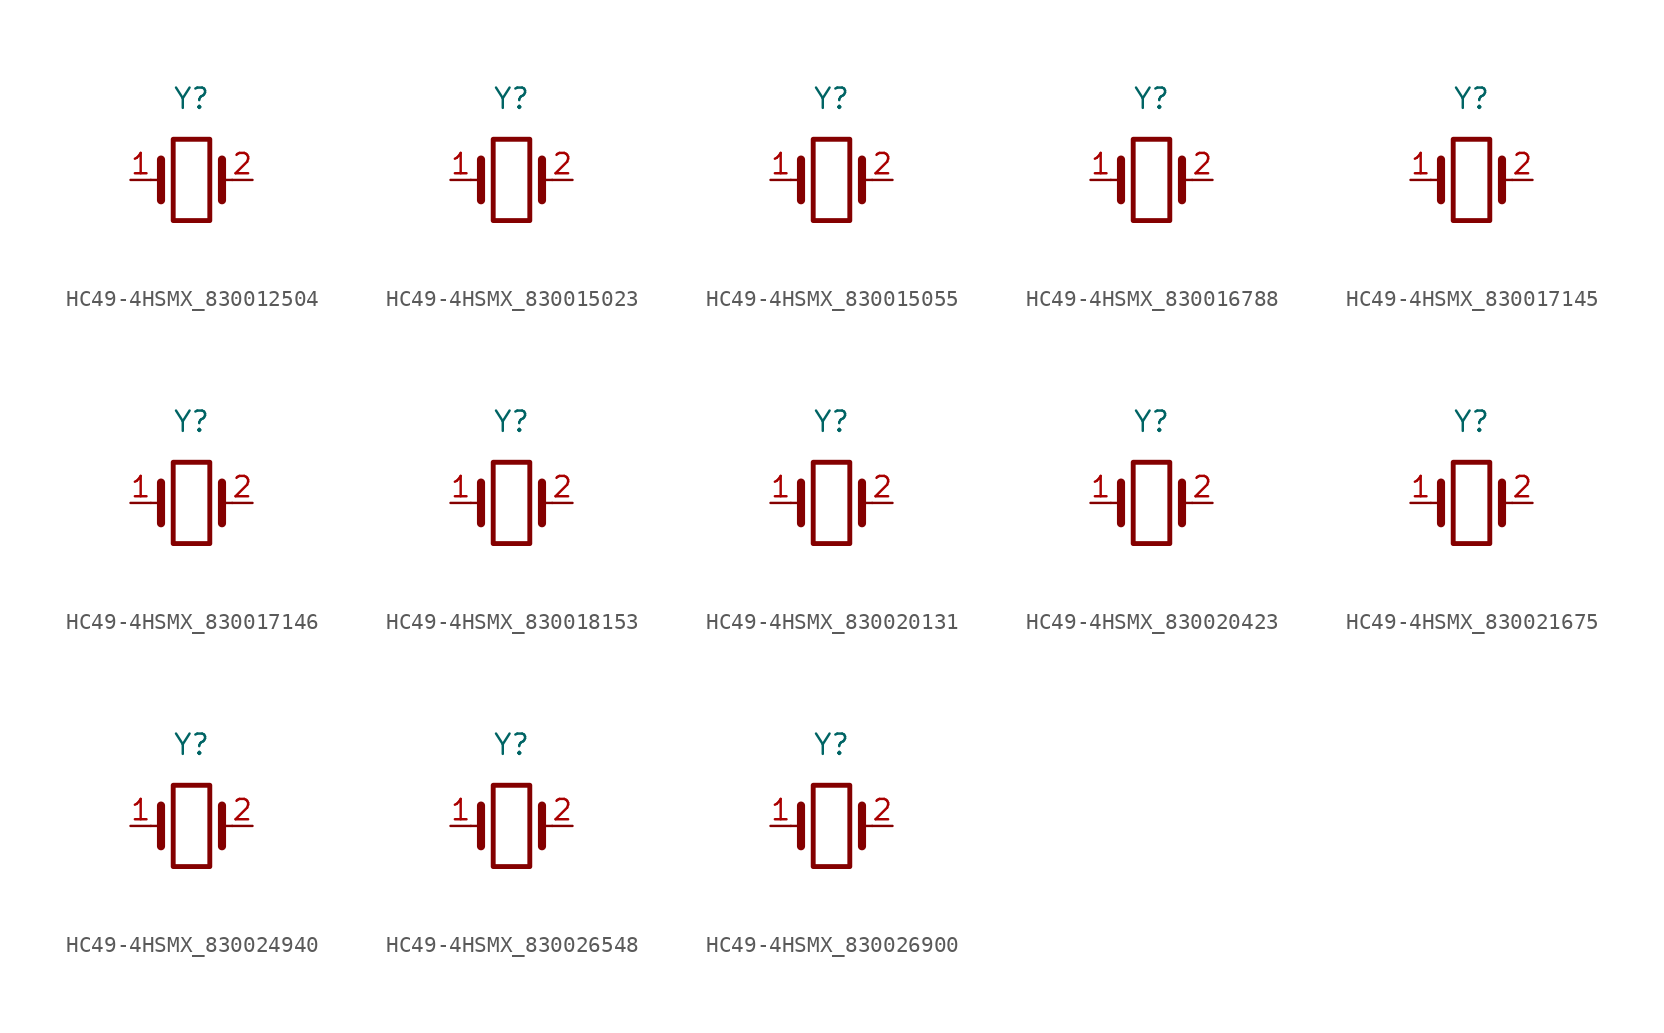
<source format=kicad_sym>
(kicad_symbol_lib
  (version 20220914)
  (generator kicad_symbol_editor)
  (symbol "HC49-4HSMX_830012504"
    (pin_names hide)
    (property "Reference" "Y"
      (at 0 5.08 0)
      (effects (font (size 1.27 1.27))))
    (property "Critical Parameter" ""
      (at 0 -5.08 0)
      (effects (font (size 1.27 1.27)) (justify left)))
    (symbol "HC49-4HSMX_830012504_0_1"
      (rectangle (start -1.143 2.54) (end 1.143 -2.54) (stroke (width 0.305) (type default)) (fill (type none)))
      (polyline (pts (xy -2.54 0) (xy -1.905 0)) (stroke (width 0) (type default)) (fill (type none)))
      (polyline (pts (xy -1.905 -1.27) (xy -1.905 1.27)) (stroke (width 0.508) (type default)) (fill (type none)))
      (polyline (pts (xy 1.905 -1.27) (xy 1.905 1.27)) (stroke (width 0.508) (type default)) (fill (type none)))
      (polyline (pts (xy 2.54 0) (xy 1.905 0)) (stroke (width 0) (type default)) (fill (type none))))
    (symbol "HC49-4HSMX_830012504_1_1"
      (pin passive line (at -3.81 0 0) (length 1.27) (name "1" (effects (font (size 1.27 1.27)))) (number "1" (effects (font (size 1.27 1.27)))))
      (pin passive line (at 3.81 0 180) (length 1.27) (name "2" (effects (font (size 1.27 1.27)))) (number "2" (effects (font (size 1.27 1.27)))))))
  (symbol "HC49-4HSMX_830015023"
    (pin_names hide)
    (property "Reference" "Y"
      (at 0 5.08 0)
      (effects (font (size 1.27 1.27))))
    (property "Critical Parameter" ""
      (at 0 -5.08 0)
      (effects (font (size 1.27 1.27)) (justify left)))
    (symbol "HC49-4HSMX_830015023_0_1"
      (rectangle (start -1.143 2.54) (end 1.143 -2.54) (stroke (width 0.305) (type default)) (fill (type none)))
      (polyline (pts (xy -2.54 0) (xy -1.905 0)) (stroke (width 0) (type default)) (fill (type none)))
      (polyline (pts (xy -1.905 -1.27) (xy -1.905 1.27)) (stroke (width 0.508) (type default)) (fill (type none)))
      (polyline (pts (xy 1.905 -1.27) (xy 1.905 1.27)) (stroke (width 0.508) (type default)) (fill (type none)))
      (polyline (pts (xy 2.54 0) (xy 1.905 0)) (stroke (width 0) (type default)) (fill (type none))))
    (symbol "HC49-4HSMX_830015023_1_1"
      (pin passive line (at -3.81 0 0) (length 1.27) (name "1" (effects (font (size 1.27 1.27)))) (number "1" (effects (font (size 1.27 1.27)))))
      (pin passive line (at 3.81 0 180) (length 1.27) (name "2" (effects (font (size 1.27 1.27)))) (number "2" (effects (font (size 1.27 1.27)))))))
  (symbol "HC49-4HSMX_830015055"
    (pin_names hide)
    (property "Reference" "Y"
      (at 0 5.08 0)
      (effects (font (size 1.27 1.27))))
    (property "Critical Parameter" ""
      (at 0 -5.08 0)
      (effects (font (size 1.27 1.27)) (justify left)))
    (symbol "HC49-4HSMX_830015055_0_1"
      (rectangle (start -1.143 2.54) (end 1.143 -2.54) (stroke (width 0.305) (type default)) (fill (type none)))
      (polyline (pts (xy -2.54 0) (xy -1.905 0)) (stroke (width 0) (type default)) (fill (type none)))
      (polyline (pts (xy -1.905 -1.27) (xy -1.905 1.27)) (stroke (width 0.508) (type default)) (fill (type none)))
      (polyline (pts (xy 1.905 -1.27) (xy 1.905 1.27)) (stroke (width 0.508) (type default)) (fill (type none)))
      (polyline (pts (xy 2.54 0) (xy 1.905 0)) (stroke (width 0) (type default)) (fill (type none))))
    (symbol "HC49-4HSMX_830015055_1_1"
      (pin passive line (at -3.81 0 0) (length 1.27) (name "1" (effects (font (size 1.27 1.27)))) (number "1" (effects (font (size 1.27 1.27)))))
      (pin passive line (at 3.81 0 180) (length 1.27) (name "2" (effects (font (size 1.27 1.27)))) (number "2" (effects (font (size 1.27 1.27)))))))
  (symbol "HC49-4HSMX_830016788"
    (pin_names hide)
    (property "Reference" "Y"
      (at 0 5.08 0)
      (effects (font (size 1.27 1.27))))
    (property "Critical Parameter" ""
      (at 0 -5.08 0)
      (effects (font (size 1.27 1.27)) (justify left)))
    (symbol "HC49-4HSMX_830016788_0_1"
      (rectangle (start -1.143 2.54) (end 1.143 -2.54) (stroke (width 0.305) (type default)) (fill (type none)))
      (polyline (pts (xy -2.54 0) (xy -1.905 0)) (stroke (width 0) (type default)) (fill (type none)))
      (polyline (pts (xy -1.905 -1.27) (xy -1.905 1.27)) (stroke (width 0.508) (type default)) (fill (type none)))
      (polyline (pts (xy 1.905 -1.27) (xy 1.905 1.27)) (stroke (width 0.508) (type default)) (fill (type none)))
      (polyline (pts (xy 2.54 0) (xy 1.905 0)) (stroke (width 0) (type default)) (fill (type none))))
    (symbol "HC49-4HSMX_830016788_1_1"
      (pin passive line (at -3.81 0 0) (length 1.27) (name "1" (effects (font (size 1.27 1.27)))) (number "1" (effects (font (size 1.27 1.27)))))
      (pin passive line (at 3.81 0 180) (length 1.27) (name "2" (effects (font (size 1.27 1.27)))) (number "2" (effects (font (size 1.27 1.27)))))))
  (symbol "HC49-4HSMX_830017145"
    (pin_names hide)
    (property "Reference" "Y"
      (at 0 5.08 0)
      (effects (font (size 1.27 1.27))))
    (property "Critical Parameter" ""
      (at 0 -5.08 0)
      (effects (font (size 1.27 1.27)) (justify left)))
    (symbol "HC49-4HSMX_830017145_0_1"
      (rectangle (start -1.143 2.54) (end 1.143 -2.54) (stroke (width 0.305) (type default)) (fill (type none)))
      (polyline (pts (xy -2.54 0) (xy -1.905 0)) (stroke (width 0) (type default)) (fill (type none)))
      (polyline (pts (xy -1.905 -1.27) (xy -1.905 1.27)) (stroke (width 0.508) (type default)) (fill (type none)))
      (polyline (pts (xy 1.905 -1.27) (xy 1.905 1.27)) (stroke (width 0.508) (type default)) (fill (type none)))
      (polyline (pts (xy 2.54 0) (xy 1.905 0)) (stroke (width 0) (type default)) (fill (type none))))
    (symbol "HC49-4HSMX_830017145_1_1"
      (pin passive line (at -3.81 0 0) (length 1.27) (name "1" (effects (font (size 1.27 1.27)))) (number "1" (effects (font (size 1.27 1.27)))))
      (pin passive line (at 3.81 0 180) (length 1.27) (name "2" (effects (font (size 1.27 1.27)))) (number "2" (effects (font (size 1.27 1.27)))))))
  (symbol "HC49-4HSMX_830017146"
    (pin_names hide)
    (property "Reference" "Y"
      (at 0 5.08 0)
      (effects (font (size 1.27 1.27))))
    (property "Critical Parameter" ""
      (at 0 -5.08 0)
      (effects (font (size 1.27 1.27)) (justify left)))
    (symbol "HC49-4HSMX_830017146_0_1"
      (rectangle (start -1.143 2.54) (end 1.143 -2.54) (stroke (width 0.305) (type default)) (fill (type none)))
      (polyline (pts (xy -2.54 0) (xy -1.905 0)) (stroke (width 0) (type default)) (fill (type none)))
      (polyline (pts (xy -1.905 -1.27) (xy -1.905 1.27)) (stroke (width 0.508) (type default)) (fill (type none)))
      (polyline (pts (xy 1.905 -1.27) (xy 1.905 1.27)) (stroke (width 0.508) (type default)) (fill (type none)))
      (polyline (pts (xy 2.54 0) (xy 1.905 0)) (stroke (width 0) (type default)) (fill (type none))))
    (symbol "HC49-4HSMX_830017146_1_1"
      (pin passive line (at -3.81 0 0) (length 1.27) (name "1" (effects (font (size 1.27 1.27)))) (number "1" (effects (font (size 1.27 1.27)))))
      (pin passive line (at 3.81 0 180) (length 1.27) (name "2" (effects (font (size 1.27 1.27)))) (number "2" (effects (font (size 1.27 1.27)))))))
  (symbol "HC49-4HSMX_830018153"
    (pin_names hide)
    (property "Reference" "Y"
      (at 0 5.08 0)
      (effects (font (size 1.27 1.27))))
    (property "Critical Parameter" ""
      (at 0 -5.08 0)
      (effects (font (size 1.27 1.27)) (justify left)))
    (symbol "HC49-4HSMX_830018153_0_1"
      (rectangle (start -1.143 2.54) (end 1.143 -2.54) (stroke (width 0.305) (type default)) (fill (type none)))
      (polyline (pts (xy -2.54 0) (xy -1.905 0)) (stroke (width 0) (type default)) (fill (type none)))
      (polyline (pts (xy -1.905 -1.27) (xy -1.905 1.27)) (stroke (width 0.508) (type default)) (fill (type none)))
      (polyline (pts (xy 1.905 -1.27) (xy 1.905 1.27)) (stroke (width 0.508) (type default)) (fill (type none)))
      (polyline (pts (xy 2.54 0) (xy 1.905 0)) (stroke (width 0) (type default)) (fill (type none))))
    (symbol "HC49-4HSMX_830018153_1_1"
      (pin passive line (at -3.81 0 0) (length 1.27) (name "1" (effects (font (size 1.27 1.27)))) (number "1" (effects (font (size 1.27 1.27)))))
      (pin passive line (at 3.81 0 180) (length 1.27) (name "2" (effects (font (size 1.27 1.27)))) (number "2" (effects (font (size 1.27 1.27)))))))
  (symbol "HC49-4HSMX_830020131"
    (pin_names hide)
    (property "Reference" "Y"
      (at 0 5.08 0)
      (effects (font (size 1.27 1.27))))
    (property "Critical Parameter" ""
      (at 0 -5.08 0)
      (effects (font (size 1.27 1.27)) (justify left)))
    (symbol "HC49-4HSMX_830020131_0_1"
      (rectangle (start -1.143 2.54) (end 1.143 -2.54) (stroke (width 0.305) (type default)) (fill (type none)))
      (polyline (pts (xy -2.54 0) (xy -1.905 0)) (stroke (width 0) (type default)) (fill (type none)))
      (polyline (pts (xy -1.905 -1.27) (xy -1.905 1.27)) (stroke (width 0.508) (type default)) (fill (type none)))
      (polyline (pts (xy 1.905 -1.27) (xy 1.905 1.27)) (stroke (width 0.508) (type default)) (fill (type none)))
      (polyline (pts (xy 2.54 0) (xy 1.905 0)) (stroke (width 0) (type default)) (fill (type none))))
    (symbol "HC49-4HSMX_830020131_1_1"
      (pin passive line (at -3.81 0 0) (length 1.27) (name "1" (effects (font (size 1.27 1.27)))) (number "1" (effects (font (size 1.27 1.27)))))
      (pin passive line (at 3.81 0 180) (length 1.27) (name "2" (effects (font (size 1.27 1.27)))) (number "2" (effects (font (size 1.27 1.27)))))))
  (symbol "HC49-4HSMX_830020423"
    (pin_names hide)
    (property "Reference" "Y"
      (at 0 5.08 0)
      (effects (font (size 1.27 1.27))))
    (property "Critical Parameter" ""
      (at 0 -5.08 0)
      (effects (font (size 1.27 1.27)) (justify left)))
    (symbol "HC49-4HSMX_830020423_0_1"
      (rectangle (start -1.143 2.54) (end 1.143 -2.54) (stroke (width 0.305) (type default)) (fill (type none)))
      (polyline (pts (xy -2.54 0) (xy -1.905 0)) (stroke (width 0) (type default)) (fill (type none)))
      (polyline (pts (xy -1.905 -1.27) (xy -1.905 1.27)) (stroke (width 0.508) (type default)) (fill (type none)))
      (polyline (pts (xy 1.905 -1.27) (xy 1.905 1.27)) (stroke (width 0.508) (type default)) (fill (type none)))
      (polyline (pts (xy 2.54 0) (xy 1.905 0)) (stroke (width 0) (type default)) (fill (type none))))
    (symbol "HC49-4HSMX_830020423_1_1"
      (pin passive line (at -3.81 0 0) (length 1.27) (name "1" (effects (font (size 1.27 1.27)))) (number "1" (effects (font (size 1.27 1.27)))))
      (pin passive line (at 3.81 0 180) (length 1.27) (name "2" (effects (font (size 1.27 1.27)))) (number "2" (effects (font (size 1.27 1.27)))))))
  (symbol "HC49-4HSMX_830021675"
    (pin_names hide)
    (property "Reference" "Y"
      (at 0 5.08 0)
      (effects (font (size 1.27 1.27))))
    (property "Critical Parameter" ""
      (at 0 -5.08 0)
      (effects (font (size 1.27 1.27)) (justify left)))
    (symbol "HC49-4HSMX_830021675_0_1"
      (rectangle (start -1.143 2.54) (end 1.143 -2.54) (stroke (width 0.305) (type default)) (fill (type none)))
      (polyline (pts (xy -2.54 0) (xy -1.905 0)) (stroke (width 0) (type default)) (fill (type none)))
      (polyline (pts (xy -1.905 -1.27) (xy -1.905 1.27)) (stroke (width 0.508) (type default)) (fill (type none)))
      (polyline (pts (xy 1.905 -1.27) (xy 1.905 1.27)) (stroke (width 0.508) (type default)) (fill (type none)))
      (polyline (pts (xy 2.54 0) (xy 1.905 0)) (stroke (width 0) (type default)) (fill (type none))))
    (symbol "HC49-4HSMX_830021675_1_1"
      (pin passive line (at -3.81 0 0) (length 1.27) (name "1" (effects (font (size 1.27 1.27)))) (number "1" (effects (font (size 1.27 1.27)))))
      (pin passive line (at 3.81 0 180) (length 1.27) (name "2" (effects (font (size 1.27 1.27)))) (number "2" (effects (font (size 1.27 1.27)))))))
  (symbol "HC49-4HSMX_830024940"
    (pin_names hide)
    (property "Reference" "Y"
      (at 0 5.08 0)
      (effects (font (size 1.27 1.27))))
    (property "Critical Parameter" ""
      (at 0 -5.08 0)
      (effects (font (size 1.27 1.27)) (justify left)))
    (symbol "HC49-4HSMX_830024940_0_1"
      (rectangle (start -1.143 2.54) (end 1.143 -2.54) (stroke (width 0.305) (type default)) (fill (type none)))
      (polyline (pts (xy -2.54 0) (xy -1.905 0)) (stroke (width 0) (type default)) (fill (type none)))
      (polyline (pts (xy -1.905 -1.27) (xy -1.905 1.27)) (stroke (width 0.508) (type default)) (fill (type none)))
      (polyline (pts (xy 1.905 -1.27) (xy 1.905 1.27)) (stroke (width 0.508) (type default)) (fill (type none)))
      (polyline (pts (xy 2.54 0) (xy 1.905 0)) (stroke (width 0) (type default)) (fill (type none))))
    (symbol "HC49-4HSMX_830024940_1_1"
      (pin passive line (at -3.81 0 0) (length 1.27) (name "1" (effects (font (size 1.27 1.27)))) (number "1" (effects (font (size 1.27 1.27)))))
      (pin passive line (at 3.81 0 180) (length 1.27) (name "2" (effects (font (size 1.27 1.27)))) (number "2" (effects (font (size 1.27 1.27)))))))
  (symbol "HC49-4HSMX_830026548"
    (pin_names hide)
    (property "Reference" "Y"
      (at 0 5.08 0)
      (effects (font (size 1.27 1.27))))
    (property "Critical Parameter" ""
      (at 0 -5.08 0)
      (effects (font (size 1.27 1.27)) (justify left)))
    (symbol "HC49-4HSMX_830026548_0_1"
      (rectangle (start -1.143 2.54) (end 1.143 -2.54) (stroke (width 0.305) (type default)) (fill (type none)))
      (polyline (pts (xy -2.54 0) (xy -1.905 0)) (stroke (width 0) (type default)) (fill (type none)))
      (polyline (pts (xy -1.905 -1.27) (xy -1.905 1.27)) (stroke (width 0.508) (type default)) (fill (type none)))
      (polyline (pts (xy 1.905 -1.27) (xy 1.905 1.27)) (stroke (width 0.508) (type default)) (fill (type none)))
      (polyline (pts (xy 2.54 0) (xy 1.905 0)) (stroke (width 0) (type default)) (fill (type none))))
    (symbol "HC49-4HSMX_830026548_1_1"
      (pin passive line (at -3.81 0 0) (length 1.27) (name "1" (effects (font (size 1.27 1.27)))) (number "1" (effects (font (size 1.27 1.27)))))
      (pin passive line (at 3.81 0 180) (length 1.27) (name "2" (effects (font (size 1.27 1.27)))) (number "2" (effects (font (size 1.27 1.27)))))))
  (symbol "HC49-4HSMX_830026900"
    (pin_names hide)
    (property "Reference" "Y"
      (at 0 5.08 0)
      (effects (font (size 1.27 1.27))))
    (property "Critical Parameter" ""
      (at 0 -5.08 0)
      (effects (font (size 1.27 1.27)) (justify left)))
    (symbol "HC49-4HSMX_830026900_0_1"
      (rectangle (start -1.143 2.54) (end 1.143 -2.54) (stroke (width 0.305) (type default)) (fill (type none)))
      (polyline (pts (xy -2.54 0) (xy -1.905 0)) (stroke (width 0) (type default)) (fill (type none)))
      (polyline (pts (xy -1.905 -1.27) (xy -1.905 1.27)) (stroke (width 0.508) (type default)) (fill (type none)))
      (polyline (pts (xy 1.905 -1.27) (xy 1.905 1.27)) (stroke (width 0.508) (type default)) (fill (type none)))
      (polyline (pts (xy 2.54 0) (xy 1.905 0)) (stroke (width 0) (type default)) (fill (type none))))
    (symbol "HC49-4HSMX_830026900_1_1"
      (pin passive line (at -3.81 0 0) (length 1.27) (name "1" (effects (font (size 1.27 1.27)))) (number "1" (effects (font (size 1.27 1.27)))))
      (pin passive line (at 3.81 0 180) (length 1.27) (name "2" (effects (font (size 1.27 1.27)))) (number "2" (effects (font (size 1.27 1.27))))))))
</source>
